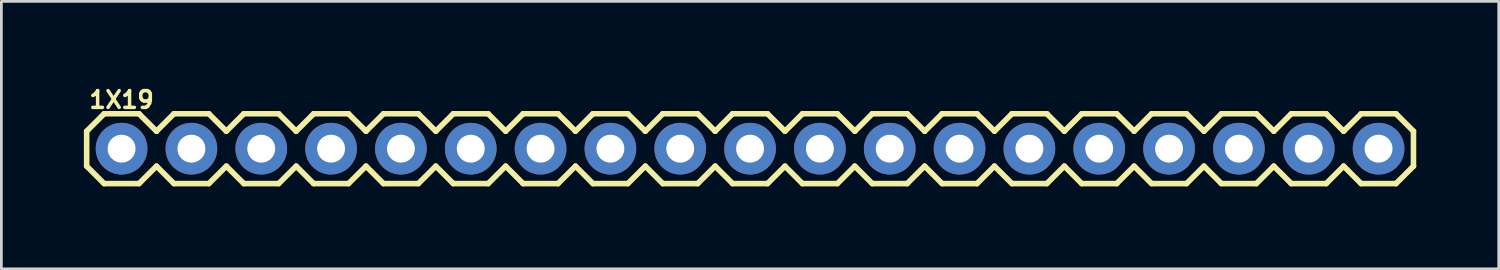
<source format=kicad_pcb>
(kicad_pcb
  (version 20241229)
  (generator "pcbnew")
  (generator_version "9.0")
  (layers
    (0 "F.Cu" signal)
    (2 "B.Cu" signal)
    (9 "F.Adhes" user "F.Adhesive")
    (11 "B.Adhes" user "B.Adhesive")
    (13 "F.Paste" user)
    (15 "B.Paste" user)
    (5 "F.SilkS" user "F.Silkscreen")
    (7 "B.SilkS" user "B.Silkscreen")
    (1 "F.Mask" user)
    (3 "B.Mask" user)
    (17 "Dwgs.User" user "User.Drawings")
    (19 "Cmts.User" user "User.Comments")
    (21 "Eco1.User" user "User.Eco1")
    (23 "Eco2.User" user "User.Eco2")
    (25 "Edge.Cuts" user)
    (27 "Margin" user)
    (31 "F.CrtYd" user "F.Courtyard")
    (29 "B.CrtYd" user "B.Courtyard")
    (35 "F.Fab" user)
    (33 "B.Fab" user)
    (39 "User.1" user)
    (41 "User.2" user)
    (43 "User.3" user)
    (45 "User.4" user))
  (footprint "1X19"
    (layer "F.Cu")
    (at 1.372 2.358)
    (property "Reference" "1X19" (at 0 -1.778 0) (layer "F.SilkS") (effects (font (size 0.61 0.61) (thickness 0.127))))
    (attr exclude_from_pos_files exclude_from_bom)
    (fp_line (start -1.27 -0.635) (end -1.27 0.635) (stroke (width 0.203) (type solid)) (layer "F.SilkS"))
    (fp_line (start -1.27 0.635) (end -0.635 1.27) (stroke (width 0.203) (type solid)) (layer "F.SilkS"))
    (fp_line (start -0.635 -1.27) (end -1.27 -0.635) (stroke (width 0.203) (type solid)) (layer "F.SilkS"))
    (fp_line (start -0.635 -1.27) (end 0.635 -1.27) (stroke (width 0.203) (type solid)) (layer "F.SilkS"))
    (fp_line (start 0.635 -1.27) (end 1.27 -0.635) (stroke (width 0.203) (type solid)) (layer "F.SilkS"))
    (fp_line (start 0.635 1.27) (end -0.635 1.27) (stroke (width 0.203) (type solid)) (layer "F.SilkS"))
    (fp_line (start 1.27 -0.635) (end 1.905 -1.27) (stroke (width 0.203) (type solid)) (layer "F.SilkS"))
    (fp_line (start 1.27 0.635) (end 0.635 1.27) (stroke (width 0.203) (type solid)) (layer "F.SilkS"))
    (fp_line (start 1.905 -1.27) (end 3.175 -1.27) (stroke (width 0.203) (type solid)) (layer "F.SilkS"))
    (fp_line (start 1.905 1.27) (end 1.27 0.635) (stroke (width 0.203) (type solid)) (layer "F.SilkS"))
    (fp_line (start 3.175 -1.27) (end 3.81 -0.635) (stroke (width 0.203) (type solid)) (layer "F.SilkS"))
    (fp_line (start 3.175 1.27) (end 1.905 1.27) (stroke (width 0.203) (type solid)) (layer "F.SilkS"))
    (fp_line (start 3.81 -0.635) (end 4.445 -1.27) (stroke (width 0.203) (type solid)) (layer "F.SilkS"))
    (fp_line (start 3.81 0.635) (end 3.175 1.27) (stroke (width 0.203) (type solid)) (layer "F.SilkS"))
    (fp_line (start 4.445 -1.27) (end 5.715 -1.27) (stroke (width 0.203) (type solid)) (layer "F.SilkS"))
    (fp_line (start 4.445 1.27) (end 3.81 0.635) (stroke (width 0.203) (type solid)) (layer "F.SilkS"))
    (fp_line (start 5.715 -1.27) (end 6.35 -0.635) (stroke (width 0.203) (type solid)) (layer "F.SilkS"))
    (fp_line (start 5.715 1.27) (end 4.445 1.27) (stroke (width 0.203) (type solid)) (layer "F.SilkS"))
    (fp_line (start 6.35 0.635) (end 5.715 1.27) (stroke (width 0.203) (type solid)) (layer "F.SilkS"))
    (fp_line (start 6.35 0.635) (end 6.985 1.27) (stroke (width 0.203) (type solid)) (layer "F.SilkS"))
    (fp_line (start 6.985 -1.27) (end 6.35 -0.635) (stroke (width 0.203) (type solid)) (layer "F.SilkS"))
    (fp_line (start 6.985 -1.27) (end 8.255 -1.27) (stroke (width 0.203) (type solid)) (layer "F.SilkS"))
    (fp_line (start 8.255 -1.27) (end 8.89 -0.635) (stroke (width 0.203) (type solid)) (layer "F.SilkS"))
    (fp_line (start 8.255 1.27) (end 6.985 1.27) (stroke (width 0.203) (type solid)) (layer "F.SilkS"))
    (fp_line (start 8.89 -0.635) (end 9.525 -1.27) (stroke (width 0.203) (type solid)) (layer "F.SilkS"))
    (fp_line (start 8.89 0.635) (end 8.255 1.27) (stroke (width 0.203) (type solid)) (layer "F.SilkS"))
    (fp_line (start 9.525 -1.27) (end 10.795 -1.27) (stroke (width 0.203) (type solid)) (layer "F.SilkS"))
    (fp_line (start 9.525 1.27) (end 8.89 0.635) (stroke (width 0.203) (type solid)) (layer "F.SilkS"))
    (fp_line (start 10.795 -1.27) (end 11.43 -0.635) (stroke (width 0.203) (type solid)) (layer "F.SilkS"))
    (fp_line (start 10.795 1.27) (end 9.525 1.27) (stroke (width 0.203) (type solid)) (layer "F.SilkS"))
    (fp_line (start 11.43 -0.635) (end 12.065 -1.27) (stroke (width 0.203) (type solid)) (layer "F.SilkS"))
    (fp_line (start 11.43 0.635) (end 10.795 1.27) (stroke (width 0.203) (type solid)) (layer "F.SilkS"))
    (fp_line (start 12.065 -1.27) (end 13.335 -1.27) (stroke (width 0.203) (type solid)) (layer "F.SilkS"))
    (fp_line (start 12.065 1.27) (end 11.43 0.635) (stroke (width 0.203) (type solid)) (layer "F.SilkS"))
    (fp_line (start 13.335 -1.27) (end 13.97 -0.635) (stroke (width 0.203) (type solid)) (layer "F.SilkS"))
    (fp_line (start 13.335 1.27) (end 12.065 1.27) (stroke (width 0.203) (type solid)) (layer "F.SilkS"))
    (fp_line (start 13.97 0.635) (end 13.335 1.27) (stroke (width 0.203) (type solid)) (layer "F.SilkS"))
    (fp_line (start 13.97 0.635) (end 14.605 1.27) (stroke (width 0.203) (type solid)) (layer "F.SilkS"))
    (fp_line (start 14.605 -1.27) (end 13.97 -0.635) (stroke (width 0.203) (type solid)) (layer "F.SilkS"))
    (fp_line (start 14.605 -1.27) (end 15.875 -1.27) (stroke (width 0.203) (type solid)) (layer "F.SilkS"))
    (fp_line (start 15.875 -1.27) (end 16.51 -0.635) (stroke (width 0.203) (type solid)) (layer "F.SilkS"))
    (fp_line (start 15.875 1.27) (end 14.605 1.27) (stroke (width 0.203) (type solid)) (layer "F.SilkS"))
    (fp_line (start 16.51 0.635) (end 15.875 1.27) (stroke (width 0.203) (type solid)) (layer "F.SilkS"))
    (fp_line (start 16.51 0.635) (end 17.145 1.27) (stroke (width 0.203) (type solid)) (layer "F.SilkS"))
    (fp_line (start 17.145 -1.27) (end 16.51 -0.635) (stroke (width 0.203) (type solid)) (layer "F.SilkS"))
    (fp_line (start 17.145 -1.27) (end 18.415 -1.27) (stroke (width 0.203) (type solid)) (layer "F.SilkS"))
    (fp_line (start 18.415 -1.27) (end 19.05 -0.635) (stroke (width 0.203) (type solid)) (layer "F.SilkS"))
    (fp_line (start 18.415 1.27) (end 17.145 1.27) (stroke (width 0.203) (type solid)) (layer "F.SilkS"))
    (fp_line (start 19.05 -0.635) (end 19.685 -1.27) (stroke (width 0.203) (type solid)) (layer "F.SilkS"))
    (fp_line (start 19.05 0.635) (end 18.415 1.27) (stroke (width 0.203) (type solid)) (layer "F.SilkS"))
    (fp_line (start 19.685 -1.27) (end 20.955 -1.27) (stroke (width 0.203) (type solid)) (layer "F.SilkS"))
    (fp_line (start 19.685 1.27) (end 19.05 0.635) (stroke (width 0.203) (type solid)) (layer "F.SilkS"))
    (fp_line (start 20.955 -1.27) (end 21.59 -0.635) (stroke (width 0.203) (type solid)) (layer "F.SilkS"))
    (fp_line (start 20.955 1.27) (end 19.685 1.27) (stroke (width 0.203) (type solid)) (layer "F.SilkS"))
    (fp_line (start 21.59 -0.635) (end 22.225 -1.27) (stroke (width 0.203) (type solid)) (layer "F.SilkS"))
    (fp_line (start 21.59 0.635) (end 20.955 1.27) (stroke (width 0.203) (type solid)) (layer "F.SilkS"))
    (fp_line (start 22.225 -1.27) (end 23.495 -1.27) (stroke (width 0.203) (type solid)) (layer "F.SilkS"))
    (fp_line (start 22.225 1.27) (end 21.59 0.635) (stroke (width 0.203) (type solid)) (layer "F.SilkS"))
    (fp_line (start 23.495 -1.27) (end 24.13 -0.635) (stroke (width 0.203) (type solid)) (layer "F.SilkS"))
    (fp_line (start 23.495 1.27) (end 22.225 1.27) (stroke (width 0.203) (type solid)) (layer "F.SilkS"))
    (fp_line (start 24.13 0.635) (end 23.495 1.27) (stroke (width 0.203) (type solid)) (layer "F.SilkS"))
    (fp_line (start 24.13 0.635) (end 24.765 1.27) (stroke (width 0.203) (type solid)) (layer "F.SilkS"))
    (fp_line (start 24.765 -1.27) (end 24.13 -0.635) (stroke (width 0.203) (type solid)) (layer "F.SilkS"))
    (fp_line (start 24.765 -1.27) (end 26.035 -1.27) (stroke (width 0.203) (type solid)) (layer "F.SilkS"))
    (fp_line (start 26.035 -1.27) (end 26.67 -0.635) (stroke (width 0.203) (type solid)) (layer "F.SilkS"))
    (fp_line (start 26.035 1.27) (end 24.765 1.27) (stroke (width 0.203) (type solid)) (layer "F.SilkS"))
    (fp_line (start 26.67 -0.635) (end 27.305 -1.27) (stroke (width 0.203) (type solid)) (layer "F.SilkS"))
    (fp_line (start 26.67 0.635) (end 26.035 1.27) (stroke (width 0.203) (type solid)) (layer "F.SilkS"))
    (fp_line (start 27.305 -1.27) (end 28.575 -1.27) (stroke (width 0.203) (type solid)) (layer "F.SilkS"))
    (fp_line (start 27.305 1.27) (end 26.67 0.635) (stroke (width 0.203) (type solid)) (layer "F.SilkS"))
    (fp_line (start 28.575 -1.27) (end 29.21 -0.635) (stroke (width 0.203) (type solid)) (layer "F.SilkS"))
    (fp_line (start 28.575 1.27) (end 27.305 1.27) (stroke (width 0.203) (type solid)) (layer "F.SilkS"))
    (fp_line (start 29.21 -0.635) (end 29.845 -1.27) (stroke (width 0.203) (type solid)) (layer "F.SilkS"))
    (fp_line (start 29.21 0.635) (end 28.575 1.27) (stroke (width 0.203) (type solid)) (layer "F.SilkS"))
    (fp_line (start 29.845 -1.27) (end 31.115 -1.27) (stroke (width 0.203) (type solid)) (layer "F.SilkS"))
    (fp_line (start 29.845 1.27) (end 29.21 0.635) (stroke (width 0.203) (type solid)) (layer "F.SilkS"))
    (fp_line (start 31.115 -1.27) (end 31.75 -0.635) (stroke (width 0.203) (type solid)) (layer "F.SilkS"))
    (fp_line (start 31.115 1.27) (end 29.845 1.27) (stroke (width 0.203) (type solid)) (layer "F.SilkS"))
    (fp_line (start 31.75 0.635) (end 31.115 1.27) (stroke (width 0.203) (type solid)) (layer "F.SilkS"))
    (fp_line (start 31.75 0.635) (end 32.385 1.27) (stroke (width 0.203) (type solid)) (layer "F.SilkS"))
    (fp_line (start 32.385 -1.27) (end 31.75 -0.635) (stroke (width 0.203) (type solid)) (layer "F.SilkS"))
    (fp_line (start 32.385 -1.27) (end 33.655 -1.27) (stroke (width 0.203) (type solid)) (layer "F.SilkS"))
    (fp_line (start 33.655 -1.27) (end 34.29 -0.635) (stroke (width 0.203) (type solid)) (layer "F.SilkS"))
    (fp_line (start 33.655 1.27) (end 32.385 1.27) (stroke (width 0.203) (type solid)) (layer "F.SilkS"))
    (fp_line (start 34.29 0.635) (end 33.655 1.27) (stroke (width 0.203) (type solid)) (layer "F.SilkS"))
    (fp_line (start 34.29 0.635) (end 34.925 1.27) (stroke (width 0.203) (type solid)) (layer "F.SilkS"))
    (fp_line (start 34.925 -1.27) (end 34.29 -0.635) (stroke (width 0.203) (type solid)) (layer "F.SilkS"))
    (fp_line (start 34.925 -1.27) (end 36.195 -1.27) (stroke (width 0.203) (type solid)) (layer "F.SilkS"))
    (fp_line (start 36.195 -1.27) (end 36.83 -0.635) (stroke (width 0.203) (type solid)) (layer "F.SilkS"))
    (fp_line (start 36.195 1.27) (end 34.925 1.27) (stroke (width 0.203) (type solid)) (layer "F.SilkS"))
    (fp_line (start 36.83 0.635) (end 36.195 1.27) (stroke (width 0.203) (type solid)) (layer "F.SilkS"))
    (fp_line (start 36.83 0.635) (end 37.465 1.27) (stroke (width 0.203) (type solid)) (layer "F.SilkS"))
    (fp_line (start 37.465 -1.27) (end 36.83 -0.635) (stroke (width 0.203) (type solid)) (layer "F.SilkS"))
    (fp_line (start 37.465 -1.27) (end 38.735 -1.27) (stroke (width 0.203) (type solid)) (layer "F.SilkS"))
    (fp_line (start 38.735 -1.27) (end 39.37 -0.635) (stroke (width 0.203) (type solid)) (layer "F.SilkS"))
    (fp_line (start 38.735 1.27) (end 37.465 1.27) (stroke (width 0.203) (type solid)) (layer "F.SilkS"))
    (fp_line (start 39.37 0.635) (end 38.735 1.27) (stroke (width 0.203) (type solid)) (layer "F.SilkS"))
    (fp_line (start 39.37 0.635) (end 40.005 1.27) (stroke (width 0.203) (type solid)) (layer "F.SilkS"))
    (fp_line (start 40.005 -1.27) (end 39.37 -0.635) (stroke (width 0.203) (type solid)) (layer "F.SilkS"))
    (fp_line (start 40.005 -1.27) (end 41.275 -1.27) (stroke (width 0.203) (type solid)) (layer "F.SilkS"))
    (fp_line (start 41.275 -1.27) (end 41.91 -0.635) (stroke (width 0.203) (type solid)) (layer "F.SilkS"))
    (fp_line (start 41.275 1.27) (end 40.005 1.27) (stroke (width 0.203) (type solid)) (layer "F.SilkS"))
    (fp_line (start 41.91 0.635) (end 41.275 1.27) (stroke (width 0.203) (type solid)) (layer "F.SilkS"))
    (fp_line (start 41.91 0.635) (end 42.545 1.27) (stroke (width 0.203) (type solid)) (layer "F.SilkS"))
    (fp_line (start 42.545 -1.27) (end 41.91 -0.635) (stroke (width 0.203) (type solid)) (layer "F.SilkS"))
    (fp_line (start 42.545 -1.27) (end 43.815 -1.27) (stroke (width 0.203) (type solid)) (layer "F.SilkS"))
    (fp_line (start 43.815 -1.27) (end 44.45 -0.635) (stroke (width 0.203) (type solid)) (layer "F.SilkS"))
    (fp_line (start 43.815 1.27) (end 42.545 1.27) (stroke (width 0.203) (type solid)) (layer "F.SilkS"))
    (fp_line (start 44.45 0.635) (end 43.815 1.27) (stroke (width 0.203) (type solid)) (layer "F.SilkS"))
    (fp_line (start 44.45 0.635) (end 45.085 1.27) (stroke (width 0.203) (type solid)) (layer "F.SilkS"))
    (fp_line (start 45.085 -1.27) (end 44.45 -0.635) (stroke (width 0.203) (type solid)) (layer "F.SilkS"))
    (fp_line (start 45.085 -1.27) (end 46.355 -1.27) (stroke (width 0.203) (type solid)) (layer "F.SilkS"))
    (fp_line (start 46.355 -1.27) (end 46.99 -0.635) (stroke (width 0.203) (type solid)) (layer "F.SilkS"))
    (fp_line (start 46.355 1.27) (end 45.085 1.27) (stroke (width 0.203) (type solid)) (layer "F.SilkS"))
    (fp_line (start 46.99 -0.635) (end 46.99 0.635) (stroke (width 0.203) (type solid)) (layer "F.SilkS"))
    (fp_line (start 46.99 0.635) (end 46.355 1.27) (stroke (width 0.203) (type solid)) (layer "F.SilkS"))
    (pad "1" thru_hole circle (at 0 0) (size 1.88 1.88) (drill 1.016) (layers "*.Cu" "*.Paste" "*.Mask"))
    (pad "2" thru_hole circle (at 2.54 0) (size 1.88 1.88) (drill 1.016) (layers "*.Cu" "*.Paste" "*.Mask"))
    (pad "3" thru_hole circle (at 5.08 0) (size 1.88 1.88) (drill 1.016) (layers "*.Cu" "*.Paste" "*.Mask"))
    (pad "4" thru_hole circle (at 7.62 0) (size 1.88 1.88) (drill 1.016) (layers "*.Cu" "*.Paste" "*.Mask"))
    (pad "5" thru_hole circle (at 10.16 0) (size 1.88 1.88) (drill 1.016) (layers "*.Cu" "*.Paste" "*.Mask"))
    (pad "6" thru_hole circle (at 12.7 0) (size 1.88 1.88) (drill 1.016) (layers "*.Cu" "*.Paste" "*.Mask"))
    (pad "7" thru_hole circle (at 15.24 0) (size 1.88 1.88) (drill 1.016) (layers "*.Cu" "*.Paste" "*.Mask"))
    (pad "8" thru_hole circle (at 17.78 0) (size 1.88 1.88) (drill 1.016) (layers "*.Cu" "*.Paste" "*.Mask"))
    (pad "9" thru_hole circle (at 20.32 0) (size 1.88 1.88) (drill 1.016) (layers "*.Cu" "*.Paste" "*.Mask"))
    (pad "10" thru_hole circle (at 22.86 0) (size 1.88 1.88) (drill 1.016) (layers "*.Cu" "*.Paste" "*.Mask"))
    (pad "11" thru_hole circle (at 25.4 0) (size 1.88 1.88) (drill 1.016) (layers "*.Cu" "*.Paste" "*.Mask"))
    (pad "12" thru_hole circle (at 27.94 0) (size 1.88 1.88) (drill 1.016) (layers "*.Cu" "*.Paste" "*.Mask"))
    (pad "13" thru_hole circle (at 30.48 0) (size 1.88 1.88) (drill 1.016) (layers "*.Cu" "*.Paste" "*.Mask"))
    (pad "14" thru_hole circle (at 33.02 0) (size 1.88 1.88) (drill 1.016) (layers "*.Cu" "*.Paste" "*.Mask"))
    (pad "15" thru_hole circle (at 35.56 0) (size 1.88 1.88) (drill 1.016) (layers "*.Cu" "*.Paste" "*.Mask"))
    (pad "16" thru_hole circle (at 38.1 0) (size 1.88 1.88) (drill 1.016) (layers "*.Cu" "*.Paste" "*.Mask"))
    (pad "17" thru_hole circle (at 40.64 0) (size 1.88 1.88) (drill 1.016) (layers "*.Cu" "*.Paste" "*.Mask"))
    (pad "18" thru_hole circle (at 43.18 0) (size 1.88 1.88) (drill 1.016) (layers "*.Cu" "*.Paste" "*.Mask"))
    (pad "19" thru_hole circle (at 45.72 0) (size 1.88 1.88) (drill 1.016) (layers "*.Cu" "*.Paste" "*.Mask")))
  (gr_rect
    (start -3 -3)
    (end 51.463 6.729)
    (stroke (width 0.1) (type default))
    (fill no)
    (layer "Edge.Cuts")))
</source>
